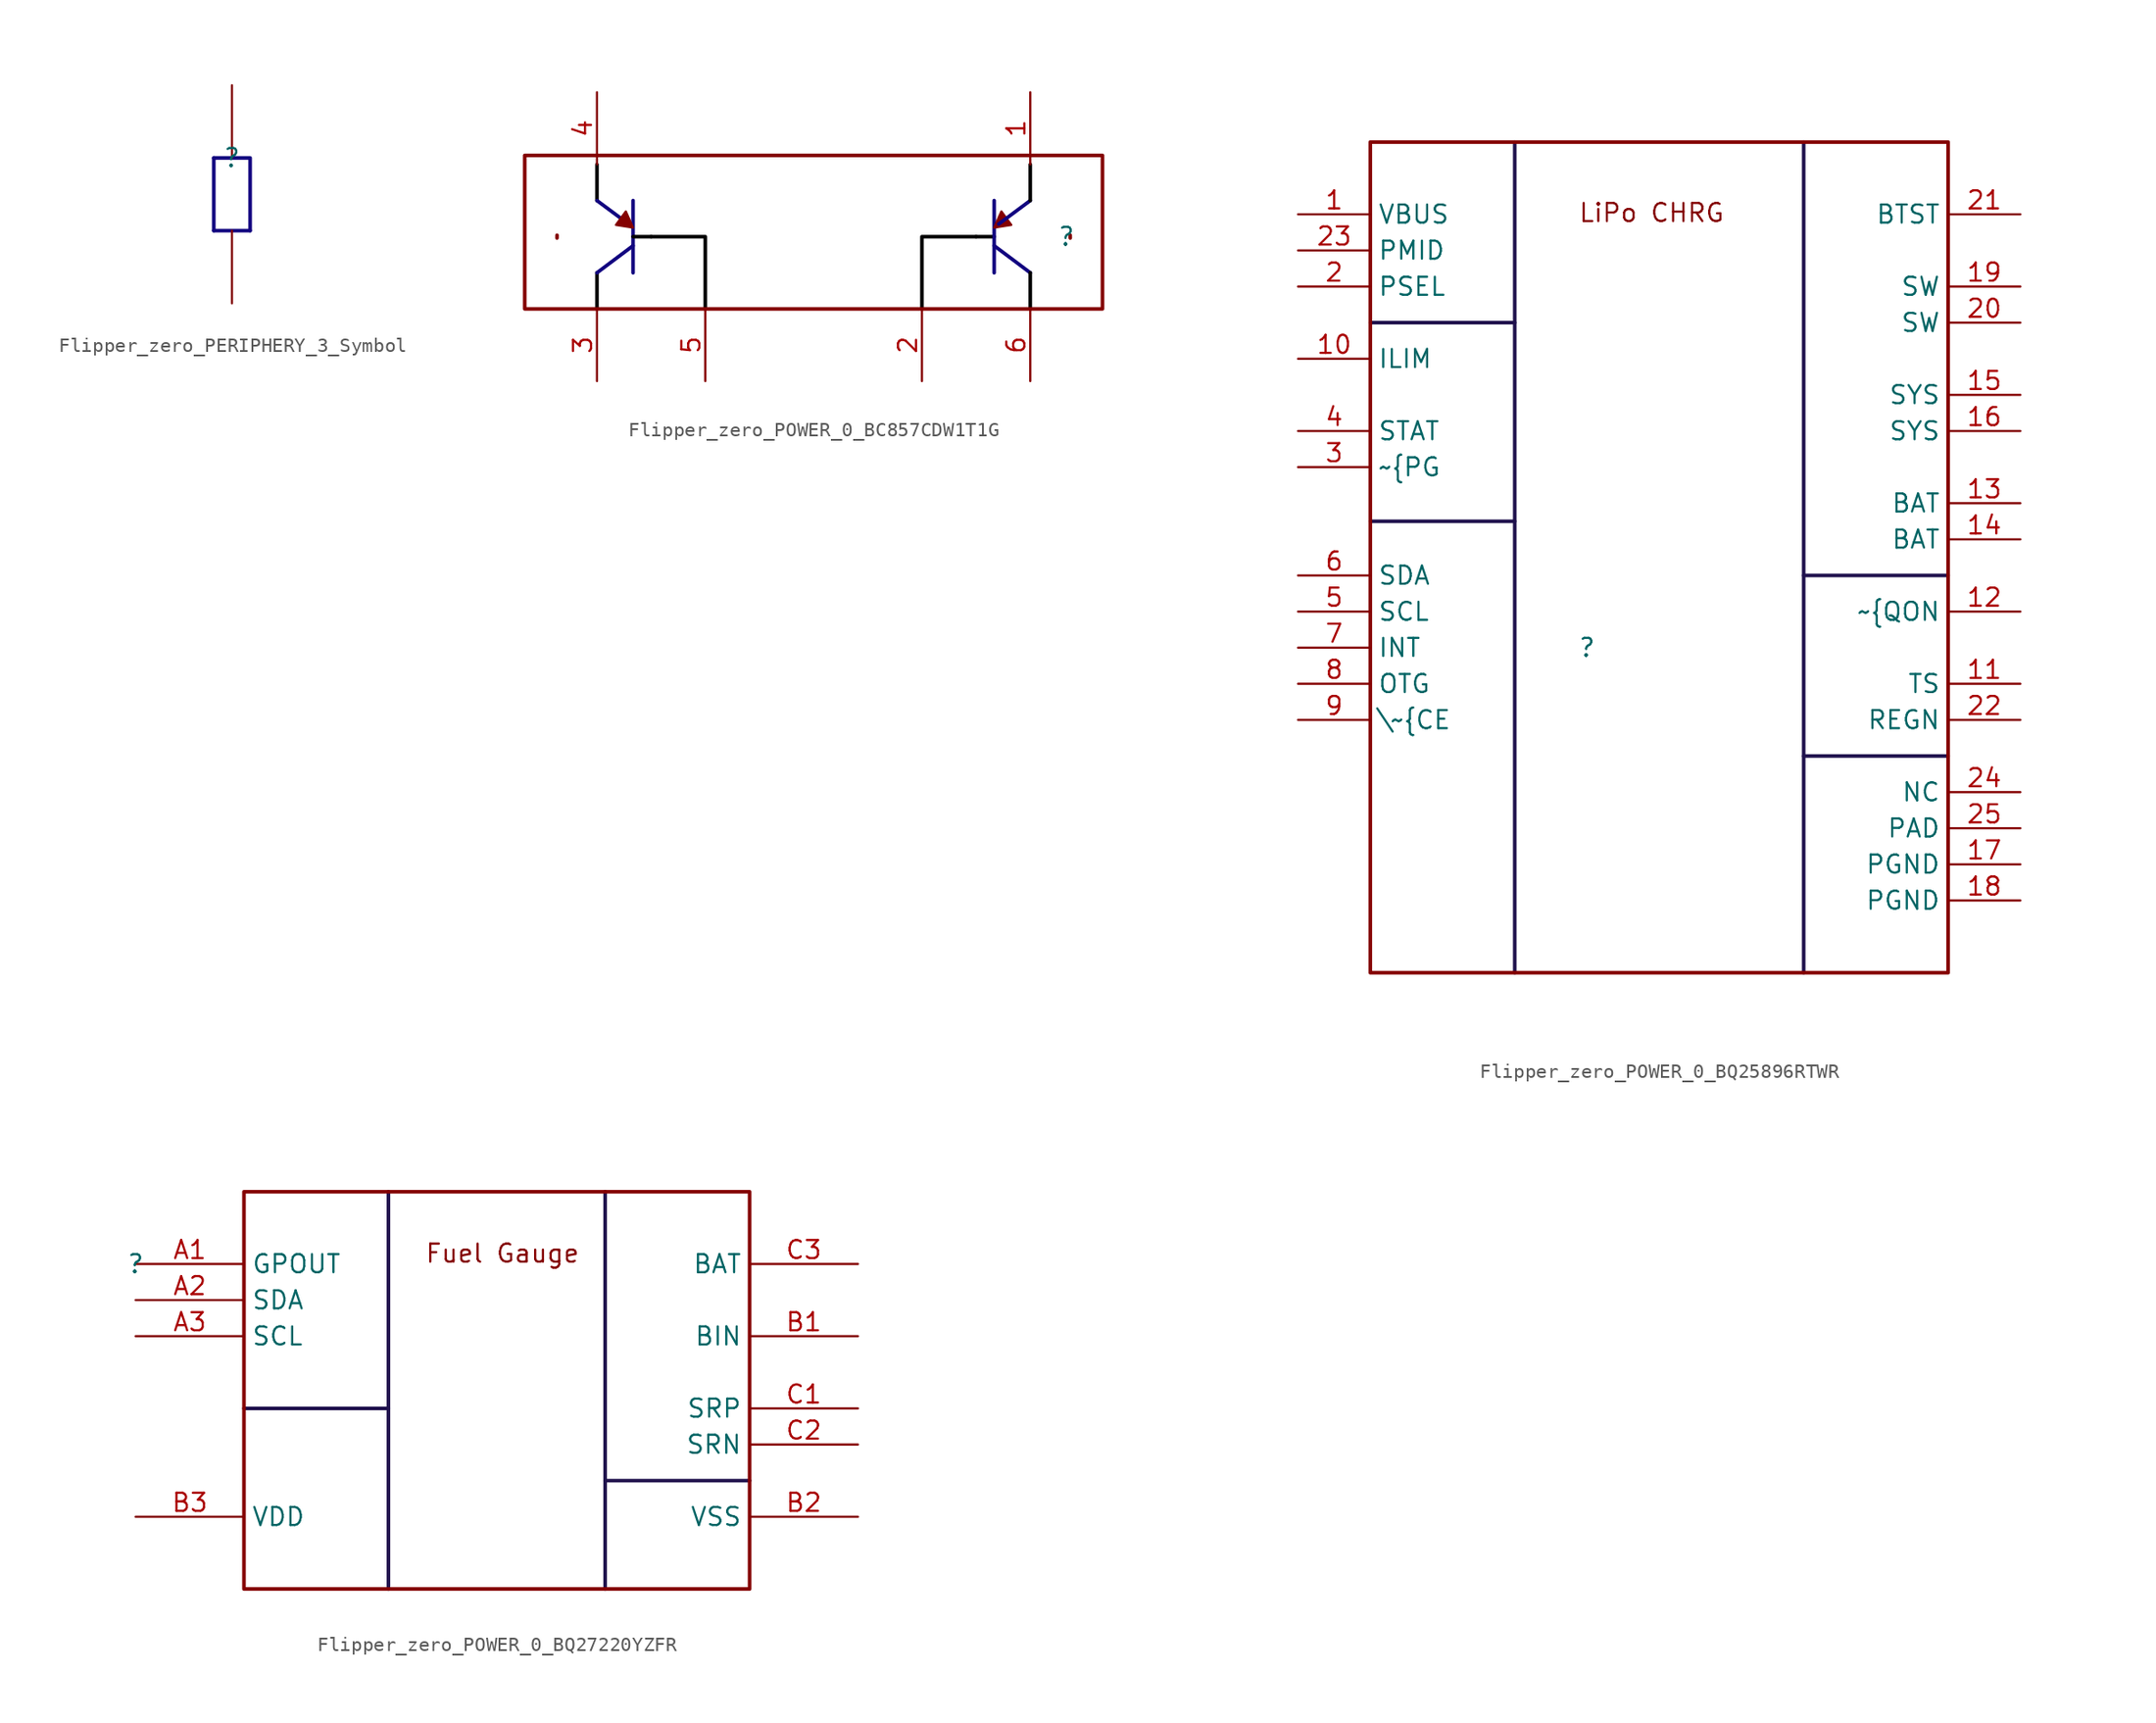
<source format=kicad_sym>
(kicad_symbol_lib
  (version 20220914)
  (generator kicad_symbol_editor)
  (symbol "Flipper_zero_PERIPHERY_3_Symbol"
    (property "Reference" ""
      (at 0 0 0)
      (effects (font (size 1.27 1.27))))
    (property "Value" ""
      (at 0 0 0)
      (effects (font (size 1.27 1.27))))
    (symbol "Flipper_zero_PERIPHERY_3_Symbol_1_0"
      (polyline (pts (xy -1.27 0) (xy -1.27 -5.08)) (stroke (width 0.254) (type solid) (color 17 3 127 1)) (fill (type none)))
      (polyline (pts (xy 1.27 -5.08) (xy -1.27 -5.08)) (stroke (width 0.254) (type solid) (color 17 3 127 1)) (fill (type none)))
      (polyline (pts (xy -1.27 0) (xy 1.27 0) (xy 1.27 -5.08)) (stroke (width 0.254) (type solid) (color 17 3 127 1)) (fill (type none)))
      (pin passive line (at 0 -10.16 90) (length 5.08) (name "1" (effects (font (size 0 0)))) (number "1" (effects (font (size 0 0)))))
      (pin passive line (at 0 5.08 270) (length 5.08) (name "2" (effects (font (size 0 0)))) (number "2" (effects (font (size 0 0)))))))
  (symbol "Flipper_zero_POWER_0_BC857CDW1T1G"
    (property "Reference" ""
      (at 0 0 0)
      (effects (font (size 1.27 1.27))))
    (property "Value" ""
      (at 0 0 0)
      (effects (font (size 1.27 1.27))))
    (symbol "Flipper_zero_POWER_0_BC857CDW1T1G_1_0"
      (arc (start -35.8319 -0.093) (mid -27.9226 -0.13) (end -35.8286 0.101) (stroke (width 0.254) (type solid)) (fill (type none)))
      (polyline (pts (xy -33.02 -5.08) (xy -33.02 -2.54)) (stroke (width 0.254) (type solid) (color 0 0 0 1)) (fill (type none)))
      (polyline (pts (xy -33.02 5.08) (xy -33.02 2.54)) (stroke (width 0.254) (type solid) (color 0 0 0 1)) (fill (type none)))
      (polyline (pts (xy -30.797 0.889) (xy -33.02 2.54)) (stroke (width 0.254) (type solid) (color 17 3 127 1)) (fill (type none)))
      (polyline (pts (xy -30.48 -0.635) (xy -33.02 -2.54)) (stroke (width 0.254) (type solid) (color 17 3 127 1)) (fill (type none)))
      (polyline (pts (xy -30.48 2.54) (xy -30.48 -2.54)) (stroke (width 0.254) (type solid) (color 17 3 127 1)) (fill (type none)))
      (polyline (pts (xy -29.21 0) (xy -30.48 0)) (stroke (width 0.254) (type solid) (color 0 0 0 1)) (fill (type none)))
      (polyline (pts (xy -6.35 0) (xy -5.08 0)) (stroke (width 0.254) (type solid) (color 0 0 0 1)) (fill (type none)))
      (polyline (pts (xy -5.08 -0.635) (xy -2.54 -2.54)) (stroke (width 0.254) (type solid) (color 17 3 127 1)) (fill (type none)))
      (polyline (pts (xy -5.08 2.54) (xy -5.08 -2.54)) (stroke (width 0.254) (type solid) (color 17 3 127 1)) (fill (type none)))
      (polyline (pts (xy -4.762 0.889) (xy -2.54 2.54)) (stroke (width 0.254) (type solid) (color 17 3 127 1)) (fill (type none)))
      (polyline (pts (xy -2.54 -5.08) (xy -2.54 -2.54)) (stroke (width 0.254) (type solid) (color 0 0 0 1)) (fill (type none)))
      (polyline (pts (xy -2.54 2.54) (xy -2.54 5.08)) (stroke (width 0.254) (type solid) (color 0 0 0 1)) (fill (type none)))
      (polyline (pts (xy -29.21 0) (xy -25.4 0) (xy -25.4 -5.08)) (stroke (width 0.254) (type solid) (color 0 0 0 1)) (fill (type none)))
      (polyline (pts (xy -6.35 0) (xy -10.16 0) (xy -10.16 -5.08)) (stroke (width 0.254) (type solid) (color 0 0 0 1)) (fill (type none)))
      (polyline (pts (xy -30.48 0.635) (xy -30.988 1.778) (xy -31.686 0.826) (xy -30.48 0.635)) (stroke (width 0) (type solid)) (fill (type outline)))
      (polyline (pts (xy -5.08 0.635) (xy -4.572 1.778) (xy -3.873 0.826) (xy -5.08 0.635)) (stroke (width 0) (type solid)) (fill (type outline)))
      (arc (start 0.2686 0.101) (mid -7.6374 -0.13) (end 0.2719 -0.093) (stroke (width 0.254) (type solid)) (fill (type none)))
      (rectangle (start 2.54 5.715) (end -38.1 -5.08) (stroke (width 0.254) (type solid)) (fill (type none)))
      (pin passive line (at -2.54 10.16 270) (length 5.08) (name "1" (effects (font (size 0 0)))) (number "1" (effects (font (size 1.27 1.27)))))
      (pin passive line (at -10.16 -10.16 90) (length 5.08) (name "2" (effects (font (size 0 0)))) (number "2" (effects (font (size 1.27 1.27)))))
      (pin passive line (at -33.02 -10.16 90) (length 5.08) (name "3" (effects (font (size 0 0)))) (number "3" (effects (font (size 1.27 1.27)))))
      (pin passive line (at -33.02 10.16 270) (length 5.08) (name "4" (effects (font (size 0 0)))) (number "4" (effects (font (size 1.27 1.27)))))
      (pin passive line (at -25.4 -10.16 90) (length 5.08) (name "5" (effects (font (size 0 0)))) (number "5" (effects (font (size 1.27 1.27)))))
      (pin passive line (at -2.54 -10.16 90) (length 5.08) (name "6" (effects (font (size 0 0)))) (number "6" (effects (font (size 1.27 1.27)))))))
  (symbol "Flipper_zero_POWER_0_BQ25896RTWR"
    (property "Reference" ""
      (at 0 0 0)
      (effects (font (size 1.27 1.27))))
    (property "Value" ""
      (at 0 0 0)
      (effects (font (size 1.27 1.27))))
    (symbol "Flipper_zero_POWER_0_BQ25896RTWR_1_0"
      (polyline (pts (xy -15.24 8.89) (xy -5.08 8.89)) (stroke (width 0.254) (type solid) (color 32 18 77 1)) (fill (type none)))
      (polyline (pts (xy -15.24 22.86) (xy -5.08 22.86)) (stroke (width 0.254) (type solid) (color 32 18 77 1)) (fill (type none)))
      (polyline (pts (xy -5.08 35.56) (xy -5.08 -22.86)) (stroke (width 0.254) (type solid) (color 32 18 77 1)) (fill (type none)))
      (polyline (pts (xy 15.24 -22.86) (xy 15.24 35.56)) (stroke (width 0.254) (type solid) (color 32 18 77 1)) (fill (type none)))
      (polyline (pts (xy 15.24 -7.62) (xy 25.4 -7.62)) (stroke (width 0.254) (type solid) (color 32 18 77 1)) (fill (type none)))
      (polyline (pts (xy 15.24 5.08) (xy 25.4 5.08)) (stroke (width 0.254) (type solid) (color 32 18 77 1)) (fill (type none)))
      (rectangle (start 25.4 35.56) (end -15.24 -22.86) (stroke (width 0.254) (type solid)) (fill (type none)))
      (text "LiPo CHRG" (at -0.635 29.845 0) (effects (font (size 1.27 1.27)) (justify left bottom)))
      (pin power_in line (at -20.32 30.48 0) (length 5.08) (name "VBUS" (effects (font (size 1.27 1.27)))) (number "1" (effects (font (size 1.27 1.27)))))
      (pin input line (at -20.32 20.32 0) (length 5.08) (name "ILIM" (effects (font (size 1.27 1.27)))) (number "10" (effects (font (size 1.27 1.27)))))
      (pin input line (at 30.48 -2.54 180) (length 5.08) (name "TS" (effects (font (size 1.27 1.27)))) (number "11" (effects (font (size 1.27 1.27)))))
      (pin input line (at 30.48 2.54 180) (length 5.08) (name "~{QON" (effects (font (size 1.27 1.27)))) (number "12" (effects (font (size 1.27 1.27)))))
      (pin power_in line (at 30.48 10.16 180) (length 5.08) (name "BAT" (effects (font (size 1.27 1.27)))) (number "13" (effects (font (size 1.27 1.27)))))
      (pin power_in line (at 30.48 7.62 180) (length 5.08) (name "BAT" (effects (font (size 1.27 1.27)))) (number "14" (effects (font (size 1.27 1.27)))))
      (pin input line (at 30.48 17.78 180) (length 5.08) (name "SYS" (effects (font (size 1.27 1.27)))) (number "15" (effects (font (size 1.27 1.27)))))
      (pin input line (at 30.48 15.24 180) (length 5.08) (name "SYS" (effects (font (size 1.27 1.27)))) (number "16" (effects (font (size 1.27 1.27)))))
      (pin power_in line (at 30.48 -15.24 180) (length 5.08) (name "PGND" (effects (font (size 1.27 1.27)))) (number "17" (effects (font (size 1.27 1.27)))))
      (pin power_in line (at 30.48 -17.78 180) (length 5.08) (name "PGND" (effects (font (size 1.27 1.27)))) (number "18" (effects (font (size 1.27 1.27)))))
      (pin power_in line (at 30.48 25.4 180) (length 5.08) (name "SW" (effects (font (size 1.27 1.27)))) (number "19" (effects (font (size 1.27 1.27)))))
      (pin input line (at -20.32 25.4 0) (length 5.08) (name "PSEL" (effects (font (size 1.27 1.27)))) (number "2" (effects (font (size 1.27 1.27)))))
      (pin power_in line (at 30.48 22.86 180) (length 5.08) (name "SW" (effects (font (size 1.27 1.27)))) (number "20" (effects (font (size 1.27 1.27)))))
      (pin power_in line (at 30.48 30.48 180) (length 5.08) (name "BTST" (effects (font (size 1.27 1.27)))) (number "21" (effects (font (size 1.27 1.27)))))
      (pin power_in line (at 30.48 -5.08 180) (length 5.08) (name "REGN" (effects (font (size 1.27 1.27)))) (number "22" (effects (font (size 1.27 1.27)))))
      (pin output line (at -20.32 27.94 0) (length 5.08) (name "PMID" (effects (font (size 1.27 1.27)))) (number "23" (effects (font (size 1.27 1.27)))))
      (pin passive line (at 30.48 -10.16 180) (length 5.08) (name "NC" (effects (font (size 1.27 1.27)))) (number "24" (effects (font (size 1.27 1.27)))))
      (pin power_in line (at 30.48 -12.7 180) (length 5.08) (name "PAD" (effects (font (size 1.27 1.27)))) (number "25" (effects (font (size 1.27 1.27)))))
      (pin open_collector line (at -20.32 12.7 0) (length 5.08) (name "~{PG" (effects (font (size 1.27 1.27)))) (number "3" (effects (font (size 1.27 1.27)))))
      (pin open_collector line (at -20.32 15.24 0) (length 5.08) (name "STAT" (effects (font (size 1.27 1.27)))) (number "4" (effects (font (size 1.27 1.27)))))
      (pin input line (at -20.32 2.54 0) (length 5.08) (name "SCL" (effects (font (size 1.27 1.27)))) (number "5" (effects (font (size 1.27 1.27)))))
      (pin bidirectional line (at -20.32 5.08 0) (length 5.08) (name "SDA" (effects (font (size 1.27 1.27)))) (number "6" (effects (font (size 1.27 1.27)))))
      (pin bidirectional line (at -20.32 0 0) (length 5.08) (name "INT" (effects (font (size 1.27 1.27)))) (number "7" (effects (font (size 1.27 1.27)))))
      (pin input line (at -20.32 -2.54 0) (length 5.08) (name "OTG" (effects (font (size 1.27 1.27)))) (number "8" (effects (font (size 1.27 1.27)))))
      (pin input line (at -20.32 -5.08 0) (length 5.08) (name "\\~{CE" (effects (font (size 1.27 1.27)))) (number "9" (effects (font (size 1.27 1.27)))))))
  (symbol "Flipper_zero_POWER_0_BQ27220YZFR"
    (property "Reference" ""
      (at 0 0 0)
      (effects (font (size 1.27 1.27))))
    (property "Value" ""
      (at 0 0 0)
      (effects (font (size 1.27 1.27))))
    (symbol "Flipper_zero_POWER_0_BQ27220YZFR_1_0"
      (polyline (pts (xy 7.62 -10.16) (xy 17.78 -10.16)) (stroke (width 0.254) (type solid) (color 32 18 77 1)) (fill (type none)))
      (polyline (pts (xy 17.78 5.08) (xy 17.78 -22.86)) (stroke (width 0.254) (type solid) (color 32 18 77 1)) (fill (type none)))
      (polyline (pts (xy 33.02 -15.24) (xy 43.18 -15.24)) (stroke (width 0.254) (type solid) (color 32 18 77 1)) (fill (type none)))
      (polyline (pts (xy 33.02 5.08) (xy 33.02 -22.86)) (stroke (width 0.254) (type solid) (color 32 18 77 1)) (fill (type none)))
      (rectangle (start 43.18 5.08) (end 7.62 -22.86) (stroke (width 0.254) (type solid)) (fill (type none)))
      (text "Fuel Gauge" (at 20.32 0 0) (effects (font (size 1.27 1.27)) (justify left bottom)))
      (pin output line (at 0 0 0) (length 7.62) (name "GPOUT" (effects (font (size 1.27 1.27)))) (number "A1" (effects (font (size 1.27 1.27)))))
      (pin bidirectional line (at 0 -2.54 0) (length 7.62) (name "SDA" (effects (font (size 1.27 1.27)))) (number "A2" (effects (font (size 1.27 1.27)))))
      (pin input line (at 0 -5.08 0) (length 7.62) (name "SCL" (effects (font (size 1.27 1.27)))) (number "A3" (effects (font (size 1.27 1.27)))))
      (pin input line (at 50.8 -5.08 180) (length 7.62) (name "BIN" (effects (font (size 1.27 1.27)))) (number "B1" (effects (font (size 1.27 1.27)))))
      (pin power_in line (at 50.8 -17.78 180) (length 7.62) (name "VSS" (effects (font (size 1.27 1.27)))) (number "B2" (effects (font (size 1.27 1.27)))))
      (pin power_in line (at 0 -17.78 0) (length 7.62) (name "VDD" (effects (font (size 1.27 1.27)))) (number "B3" (effects (font (size 1.27 1.27)))))
      (pin input line (at 50.8 -10.16 180) (length 7.62) (name "SRP" (effects (font (size 1.27 1.27)))) (number "C1" (effects (font (size 1.27 1.27)))))
      (pin input line (at 50.8 -12.7 180) (length 7.62) (name "SRN" (effects (font (size 1.27 1.27)))) (number "C2" (effects (font (size 1.27 1.27)))))
      (pin input line (at 50.8 0 180) (length 7.62) (name "BAT" (effects (font (size 1.27 1.27)))) (number "C3" (effects (font (size 1.27 1.27))))))))
</source>
